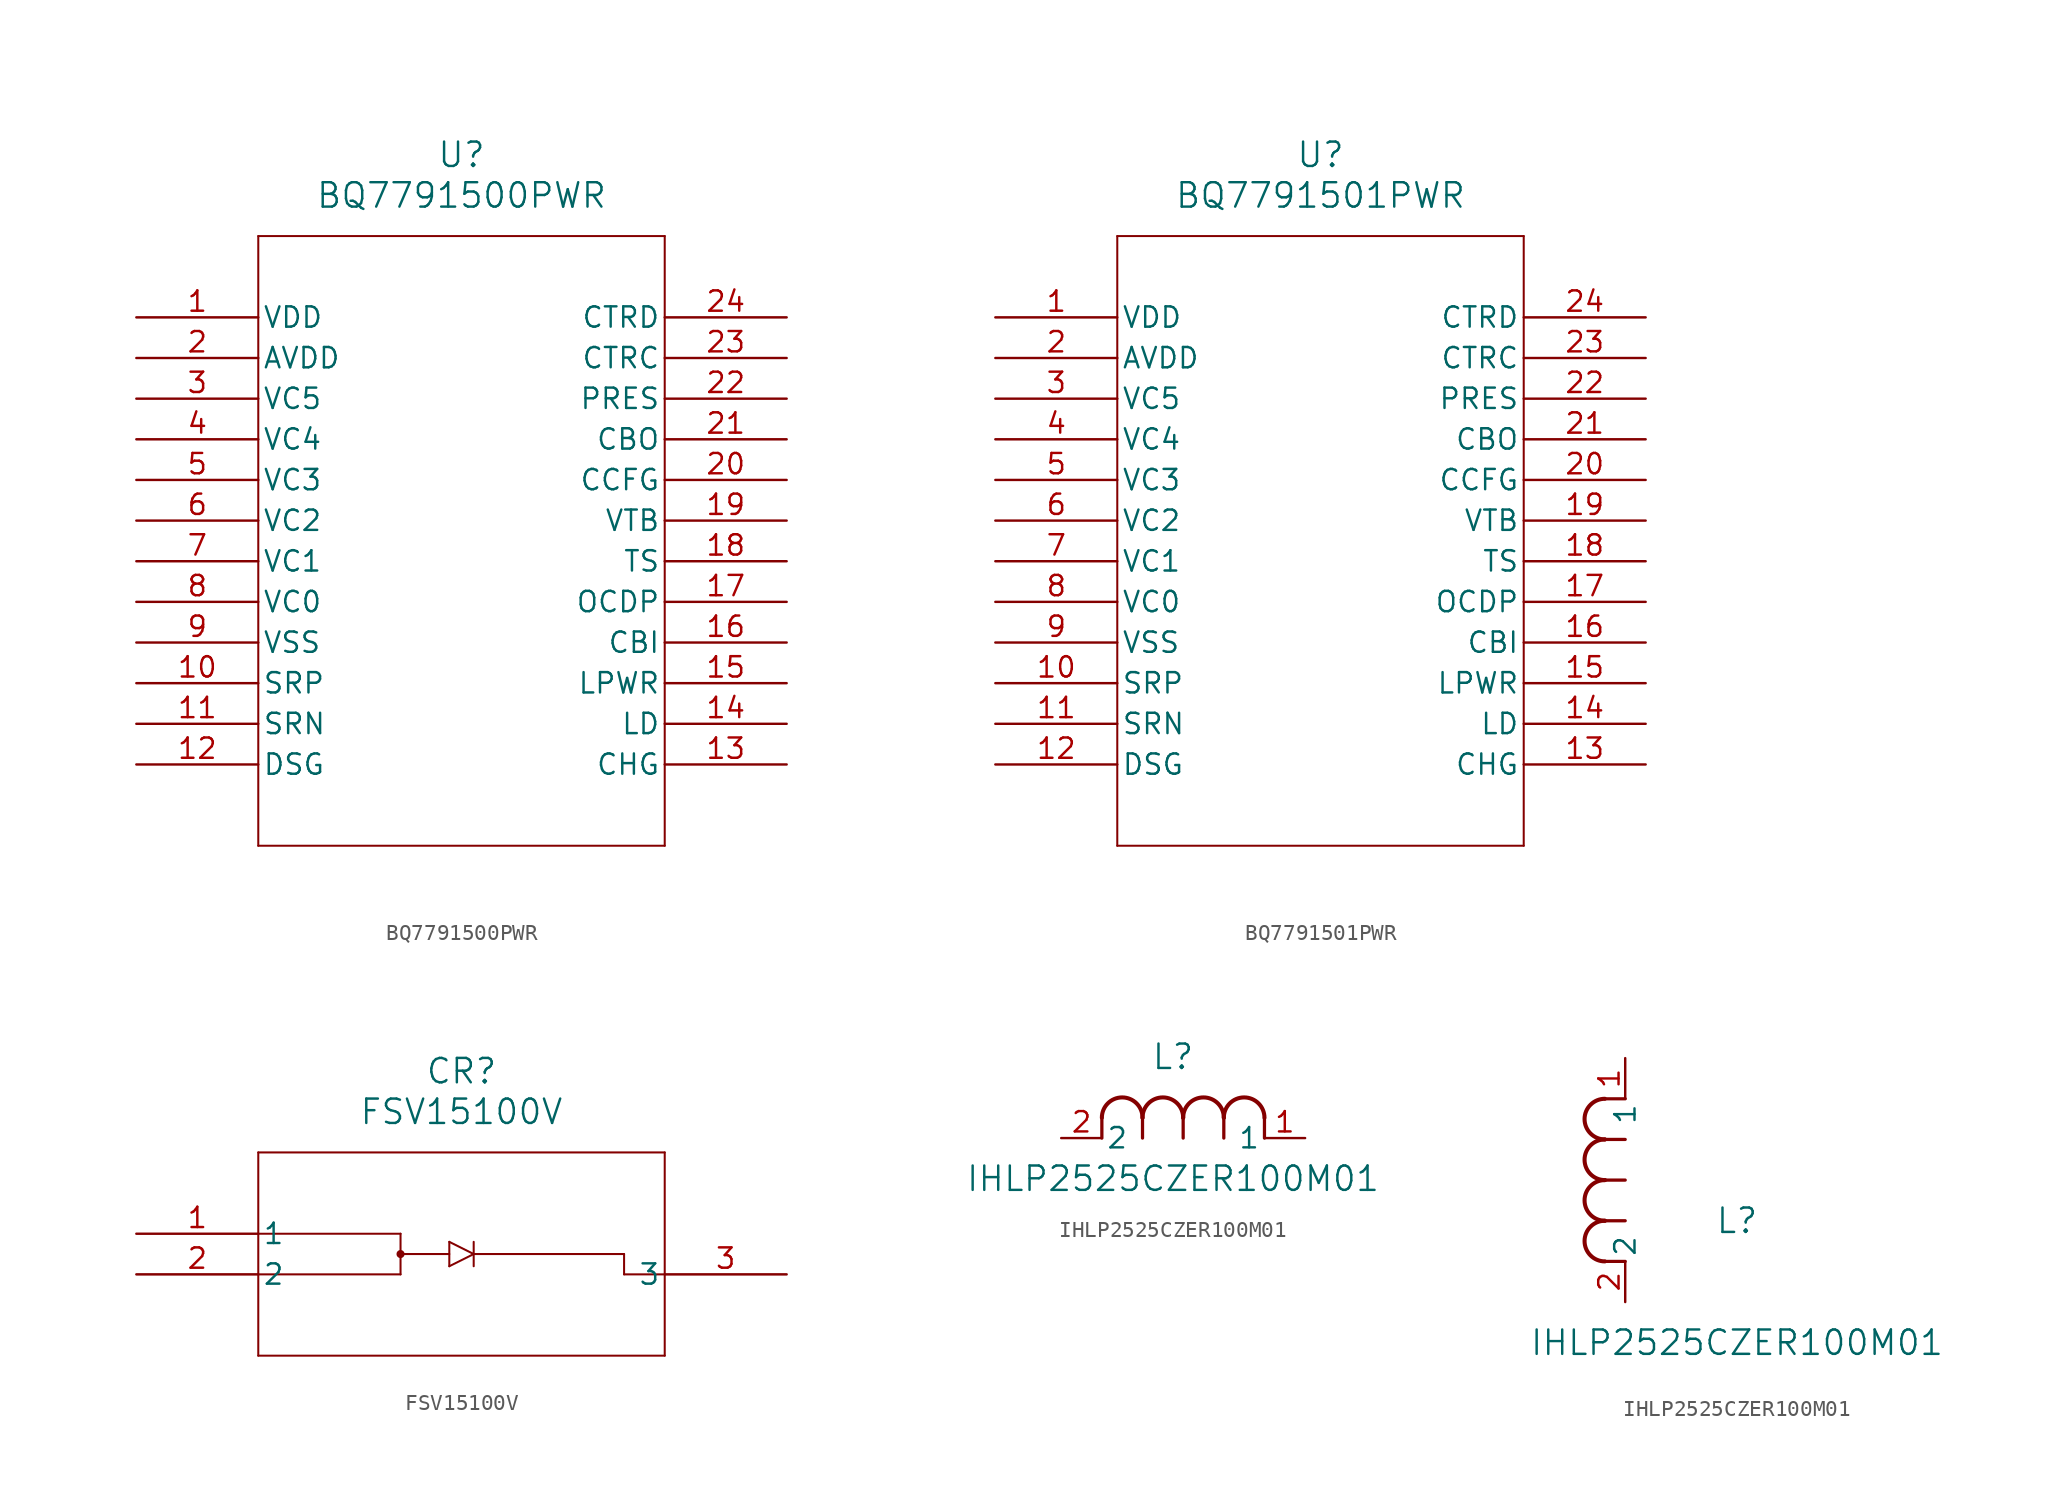
<source format=kicad_sym>
(kicad_symbol_lib
  (version 20241209)
  (generator "kicad_symbol_editor")
  (generator_version "9.0")
  (symbol "BQ7791500PWR"
    (pin_names
      (offset 0.254))
    (property "Reference" "U"
      (at 20.32 10.16 0)
      (effects (font (size 1.524 1.524))))
    (property "Value" "BQ7791500PWR"
      (at 20.32 7.62 0)
      (effects (font (size 1.524 1.524))))
    (symbol "BQ7791500PWR_0_1"
      (polyline (pts (xy 7.62 5.08) (xy 7.62 -33.02)) (stroke (width 0.127) (type default)) (fill (type none)))
      (polyline (pts (xy 7.62 -33.02) (xy 33.02 -33.02)) (stroke (width 0.127) (type default)) (fill (type none)))
      (polyline (pts (xy 33.02 5.08) (xy 7.62 5.08)) (stroke (width 0.127) (type default)) (fill (type none)))
      (polyline (pts (xy 33.02 -33.02) (xy 33.02 5.08)) (stroke (width 0.127) (type default)) (fill (type none)))
      (pin power_in line (at 0 0 0) (length 7.62) (name "VDD" (effects (font (size 1.27 1.27)))) (number "1" (effects (font (size 1.27 1.27)))))
      (pin power_in line (at 0 -2.54 0) (length 7.62) (name "AVDD" (effects (font (size 1.27 1.27)))) (number "2" (effects (font (size 1.27 1.27)))))
      (pin input line (at 0 -5.08 0) (length 7.62) (name "VC5" (effects (font (size 1.27 1.27)))) (number "3" (effects (font (size 1.27 1.27)))))
      (pin input line (at 0 -7.62 0) (length 7.62) (name "VC4" (effects (font (size 1.27 1.27)))) (number "4" (effects (font (size 1.27 1.27)))))
      (pin input line (at 0 -10.16 0) (length 7.62) (name "VC3" (effects (font (size 1.27 1.27)))) (number "5" (effects (font (size 1.27 1.27)))))
      (pin input line (at 0 -12.7 0) (length 7.62) (name "VC2" (effects (font (size 1.27 1.27)))) (number "6" (effects (font (size 1.27 1.27)))))
      (pin input line (at 0 -15.24 0) (length 7.62) (name "VC1" (effects (font (size 1.27 1.27)))) (number "7" (effects (font (size 1.27 1.27)))))
      (pin input line (at 0 -17.78 0) (length 7.62) (name "VC0" (effects (font (size 1.27 1.27)))) (number "8" (effects (font (size 1.27 1.27)))))
      (pin power_in line (at 0 -20.32 0) (length 7.62) (name "VSS" (effects (font (size 1.27 1.27)))) (number "9" (effects (font (size 1.27 1.27)))))
      (pin input line (at 0 -22.86 0) (length 7.62) (name "SRP" (effects (font (size 1.27 1.27)))) (number "10" (effects (font (size 1.27 1.27)))))
      (pin input line (at 0 -25.4 0) (length 7.62) (name "SRN" (effects (font (size 1.27 1.27)))) (number "11" (effects (font (size 1.27 1.27)))))
      (pin output line (at 0 -27.94 0) (length 7.62) (name "DSG" (effects (font (size 1.27 1.27)))) (number "12" (effects (font (size 1.27 1.27)))))
      (pin input line (at 40.64 0 180) (length 7.62) (name "CTRD" (effects (font (size 1.27 1.27)))) (number "24" (effects (font (size 1.27 1.27)))))
      (pin input line (at 40.64 -2.54 180) (length 7.62) (name "CTRC" (effects (font (size 1.27 1.27)))) (number "23" (effects (font (size 1.27 1.27)))))
      (pin input line (at 40.64 -5.08 180) (length 7.62) (name "PRES" (effects (font (size 1.27 1.27)))) (number "22" (effects (font (size 1.27 1.27)))))
      (pin output line (at 40.64 -7.62 180) (length 7.62) (name "CBO" (effects (font (size 1.27 1.27)))) (number "21" (effects (font (size 1.27 1.27)))))
      (pin input line (at 40.64 -10.16 180) (length 7.62) (name "CCFG" (effects (font (size 1.27 1.27)))) (number "20" (effects (font (size 1.27 1.27)))))
      (pin output line (at 40.64 -12.7 180) (length 7.62) (name "VTB" (effects (font (size 1.27 1.27)))) (number "19" (effects (font (size 1.27 1.27)))))
      (pin input line (at 40.64 -15.24 180) (length 7.62) (name "TS" (effects (font (size 1.27 1.27)))) (number "18" (effects (font (size 1.27 1.27)))))
      (pin input line (at 40.64 -17.78 180) (length 7.62) (name "OCDP" (effects (font (size 1.27 1.27)))) (number "17" (effects (font (size 1.27 1.27)))))
      (pin input line (at 40.64 -20.32 180) (length 7.62) (name "CBI" (effects (font (size 1.27 1.27)))) (number "16" (effects (font (size 1.27 1.27)))))
      (pin output line (at 40.64 -22.86 180) (length 7.62) (name "LPWR" (effects (font (size 1.27 1.27)))) (number "15" (effects (font (size 1.27 1.27)))))
      (pin input line (at 40.64 -25.4 180) (length 7.62) (name "LD" (effects (font (size 1.27 1.27)))) (number "14" (effects (font (size 1.27 1.27)))))
      (pin output line (at 40.64 -27.94 180) (length 7.62) (name "CHG" (effects (font (size 1.27 1.27)))) (number "13" (effects (font (size 1.27 1.27)))))))
  (symbol "BQ7791501PWR"
    (pin_names
      (offset 0.254))
    (property "Reference" "U"
      (at 20.32 10.16 0)
      (effects (font (size 1.524 1.524))))
    (property "Value" "BQ7791501PWR"
      (at 20.32 7.62 0)
      (effects (font (size 1.524 1.524))))
    (symbol "BQ7791501PWR_0_1"
      (polyline (pts (xy 7.62 5.08) (xy 7.62 -33.02)) (stroke (width 0.127) (type default)) (fill (type none)))
      (polyline (pts (xy 7.62 -33.02) (xy 33.02 -33.02)) (stroke (width 0.127) (type default)) (fill (type none)))
      (polyline (pts (xy 33.02 5.08) (xy 7.62 5.08)) (stroke (width 0.127) (type default)) (fill (type none)))
      (polyline (pts (xy 33.02 -33.02) (xy 33.02 5.08)) (stroke (width 0.127) (type default)) (fill (type none)))
      (pin power_in line (at 0 0 0) (length 7.62) (name "VDD" (effects (font (size 1.27 1.27)))) (number "1" (effects (font (size 1.27 1.27)))))
      (pin power_in line (at 0 -2.54 0) (length 7.62) (name "AVDD" (effects (font (size 1.27 1.27)))) (number "2" (effects (font (size 1.27 1.27)))))
      (pin input line (at 0 -5.08 0) (length 7.62) (name "VC5" (effects (font (size 1.27 1.27)))) (number "3" (effects (font (size 1.27 1.27)))))
      (pin input line (at 0 -7.62 0) (length 7.62) (name "VC4" (effects (font (size 1.27 1.27)))) (number "4" (effects (font (size 1.27 1.27)))))
      (pin input line (at 0 -10.16 0) (length 7.62) (name "VC3" (effects (font (size 1.27 1.27)))) (number "5" (effects (font (size 1.27 1.27)))))
      (pin input line (at 0 -12.7 0) (length 7.62) (name "VC2" (effects (font (size 1.27 1.27)))) (number "6" (effects (font (size 1.27 1.27)))))
      (pin input line (at 0 -15.24 0) (length 7.62) (name "VC1" (effects (font (size 1.27 1.27)))) (number "7" (effects (font (size 1.27 1.27)))))
      (pin input line (at 0 -17.78 0) (length 7.62) (name "VC0" (effects (font (size 1.27 1.27)))) (number "8" (effects (font (size 1.27 1.27)))))
      (pin power_out line (at 0 -20.32 0) (length 7.62) (name "VSS" (effects (font (size 1.27 1.27)))) (number "9" (effects (font (size 1.27 1.27)))))
      (pin input line (at 0 -22.86 0) (length 7.62) (name "SRP" (effects (font (size 1.27 1.27)))) (number "10" (effects (font (size 1.27 1.27)))))
      (pin input line (at 0 -25.4 0) (length 7.62) (name "SRN" (effects (font (size 1.27 1.27)))) (number "11" (effects (font (size 1.27 1.27)))))
      (pin output line (at 0 -27.94 0) (length 7.62) (name "DSG" (effects (font (size 1.27 1.27)))) (number "12" (effects (font (size 1.27 1.27)))))
      (pin input line (at 40.64 0 180) (length 7.62) (name "CTRD" (effects (font (size 1.27 1.27)))) (number "24" (effects (font (size 1.27 1.27)))))
      (pin input line (at 40.64 -2.54 180) (length 7.62) (name "CTRC" (effects (font (size 1.27 1.27)))) (number "23" (effects (font (size 1.27 1.27)))))
      (pin input line (at 40.64 -5.08 180) (length 7.62) (name "PRES" (effects (font (size 1.27 1.27)))) (number "22" (effects (font (size 1.27 1.27)))))
      (pin output line (at 40.64 -7.62 180) (length 7.62) (name "CBO" (effects (font (size 1.27 1.27)))) (number "21" (effects (font (size 1.27 1.27)))))
      (pin input line (at 40.64 -10.16 180) (length 7.62) (name "CCFG" (effects (font (size 1.27 1.27)))) (number "20" (effects (font (size 1.27 1.27)))))
      (pin output line (at 40.64 -12.7 180) (length 7.62) (name "VTB" (effects (font (size 1.27 1.27)))) (number "19" (effects (font (size 1.27 1.27)))))
      (pin input line (at 40.64 -15.24 180) (length 7.62) (name "TS" (effects (font (size 1.27 1.27)))) (number "18" (effects (font (size 1.27 1.27)))))
      (pin input line (at 40.64 -17.78 180) (length 7.62) (name "OCDP" (effects (font (size 1.27 1.27)))) (number "17" (effects (font (size 1.27 1.27)))))
      (pin input line (at 40.64 -20.32 180) (length 7.62) (name "CBI" (effects (font (size 1.27 1.27)))) (number "16" (effects (font (size 1.27 1.27)))))
      (pin output line (at 40.64 -22.86 180) (length 7.62) (name "LPWR" (effects (font (size 1.27 1.27)))) (number "15" (effects (font (size 1.27 1.27)))))
      (pin input line (at 40.64 -25.4 180) (length 7.62) (name "LD" (effects (font (size 1.27 1.27)))) (number "14" (effects (font (size 1.27 1.27)))))
      (pin output line (at 40.64 -27.94 180) (length 7.62) (name "CHG" (effects (font (size 1.27 1.27)))) (number "13" (effects (font (size 1.27 1.27)))))))
  (symbol "FSV15100V"
    (pin_names
      (offset 0.254))
    (property "Reference" "CR"
      (at 20.32 10.16 0)
      (effects (font (size 1.524 1.524))))
    (property "Value" "FSV15100V"
      (at 20.32 7.62 0)
      (effects (font (size 1.524 1.524))))
    (symbol "FSV15100V_0_1"
      (polyline (pts (xy 7.62 5.08) (xy 7.62 -7.62)) (stroke (width 0.127) (type default)) (fill (type none)))
      (polyline (pts (xy 7.62 0) (xy 16.51 0)) (stroke (width 0.127) (type default)) (fill (type none)))
      (polyline (pts (xy 7.62 -2.54) (xy 16.51 -2.54)) (stroke (width 0.127) (type default)) (fill (type none)))
      (polyline (pts (xy 7.62 -7.62) (xy 33.02 -7.62)) (stroke (width 0.127) (type default)) (fill (type none)))
      (polyline (pts (xy 16.51 0) (xy 16.51 -2.54)) (stroke (width 0.127) (type default)) (fill (type none)))
      (polyline (pts (xy 16.51 -1.27) (xy 19.558 -1.27)) (stroke (width 0.127) (type default)) (fill (type none)))
      (circle (center 16.51 -1.27) (radius 0.127) (stroke (width 0.254) (type default)) (fill (type none)))
      (polyline (pts (xy 19.558 -0.508) (xy 19.558 -2.032)) (stroke (width 0.127) (type default)) (fill (type none)))
      (polyline (pts (xy 19.558 -2.032) (xy 21.082 -1.27)) (stroke (width 0.127) (type default)) (fill (type none)))
      (polyline (pts (xy 21.082 -0.508) (xy 21.082 -2.032)) (stroke (width 0.127) (type default)) (fill (type none)))
      (polyline (pts (xy 21.082 -1.27) (xy 19.558 -0.508)) (stroke (width 0.127) (type default)) (fill (type none)))
      (polyline (pts (xy 21.082 -1.27) (xy 30.48 -1.27)) (stroke (width 0.127) (type default)) (fill (type none)))
      (polyline (pts (xy 30.48 -1.27) (xy 30.48 -2.54)) (stroke (width 0.127) (type default)) (fill (type none)))
      (polyline (pts (xy 30.48 -2.54) (xy 33.02 -2.54)) (stroke (width 0.127) (type default)) (fill (type none)))
      (polyline (pts (xy 33.02 5.08) (xy 7.62 5.08)) (stroke (width 0.127) (type default)) (fill (type none)))
      (polyline (pts (xy 33.02 -7.62) (xy 33.02 5.08)) (stroke (width 0.127) (type default)) (fill (type none)))
      (pin unspecified line (at 0 0 0) (length 7.62) (name "1" (effects (font (size 1.27 1.27)))) (number "1" (effects (font (size 1.27 1.27)))))
      (pin unspecified line (at 0 -2.54 0) (length 7.62) (name "2" (effects (font (size 1.27 1.27)))) (number "2" (effects (font (size 1.27 1.27)))))
      (pin unspecified line (at 40.64 -2.54 180) (length 7.62) (name "3" (effects (font (size 1.27 1.27)))) (number "3" (effects (font (size 1.27 1.27)))))))
  (symbol "IHLP2525CZER100M01"
    (pin_names
      (offset 0.254))
    (property "Reference" "L"
      (at 6.985 5.08 0)
      (effects (font (size 1.524 1.524))))
    (property "Value" "IHLP2525CZER100M01"
      (at 6.985 -2.54 0)
      (effects (font (size 1.524 1.524))))
    (symbol "IHLP2525CZER100M01_1_1"
      (polyline (pts (xy 2.54 0) (xy 2.54 1.27)) (stroke (width 0.203) (type default)) (fill (type none)))
      (arc (start 2.54 1.27) (mid 3.81 2.5344) (end 5.08 1.27) (stroke (width 0.254) (type default)) (fill (type none)))
      (polyline (pts (xy 5.08 0) (xy 5.08 1.27)) (stroke (width 0.203) (type default)) (fill (type none)))
      (arc (start 5.08 1.27) (mid 6.35 2.5344) (end 7.62 1.27) (stroke (width 0.254) (type default)) (fill (type none)))
      (polyline (pts (xy 7.62 0) (xy 7.62 1.27)) (stroke (width 0.203) (type default)) (fill (type none)))
      (arc (start 7.62 1.27) (mid 8.89 2.5344) (end 10.16 1.27) (stroke (width 0.254) (type default)) (fill (type none)))
      (polyline (pts (xy 10.16 0) (xy 10.16 1.27)) (stroke (width 0.203) (type default)) (fill (type none)))
      (arc (start 10.16 1.27) (mid 11.43 2.5344) (end 12.7 1.27) (stroke (width 0.254) (type default)) (fill (type none)))
      (polyline (pts (xy 12.7 0) (xy 12.7 1.27)) (stroke (width 0.203) (type default)) (fill (type none)))
      (pin unspecified line (at 0 0 0) (length 2.54) (name "2" (effects (font (size 1.27 1.27)))) (number "2" (effects (font (size 1.27 1.27)))))
      (pin unspecified line (at 15.24 0 180) (length 2.54) (name "1" (effects (font (size 1.27 1.27)))) (number "1" (effects (font (size 1.27 1.27))))))
    (symbol "IHLP2525CZER100M01_1_2"
      (arc (start -1.27 10.16) (mid -2.5344 11.43) (end -1.27 12.7) (stroke (width 0.254) (type default)) (fill (type none)))
      (arc (start -1.27 7.62) (mid -2.5344 8.89) (end -1.27 10.16) (stroke (width 0.254) (type default)) (fill (type none)))
      (arc (start -1.27 5.08) (mid -2.5344 6.35) (end -1.27 7.62) (stroke (width 0.254) (type default)) (fill (type none)))
      (arc (start -1.27 2.54) (mid -2.5344 3.81) (end -1.27 5.08) (stroke (width 0.254) (type default)) (fill (type none)))
      (polyline (pts (xy 0 12.7) (xy -1.27 12.7)) (stroke (width 0.203) (type default)) (fill (type none)))
      (polyline (pts (xy 0 10.16) (xy -1.27 10.16)) (stroke (width 0.203) (type default)) (fill (type none)))
      (polyline (pts (xy 0 7.62) (xy -1.27 7.62)) (stroke (width 0.203) (type default)) (fill (type none)))
      (polyline (pts (xy 0 5.08) (xy -1.27 5.08)) (stroke (width 0.203) (type default)) (fill (type none)))
      (polyline (pts (xy 0 2.54) (xy -1.27 2.54)) (stroke (width 0.203) (type default)) (fill (type none)))
      (pin unspecified line (at 0 15.24 270) (length 2.54) (name "1" (effects (font (size 1.27 1.27)))) (number "1" (effects (font (size 1.27 1.27)))))
      (pin unspecified line (at 0 0 90) (length 2.54) (name "2" (effects (font (size 1.27 1.27)))) (number "2" (effects (font (size 1.27 1.27))))))))
</source>
